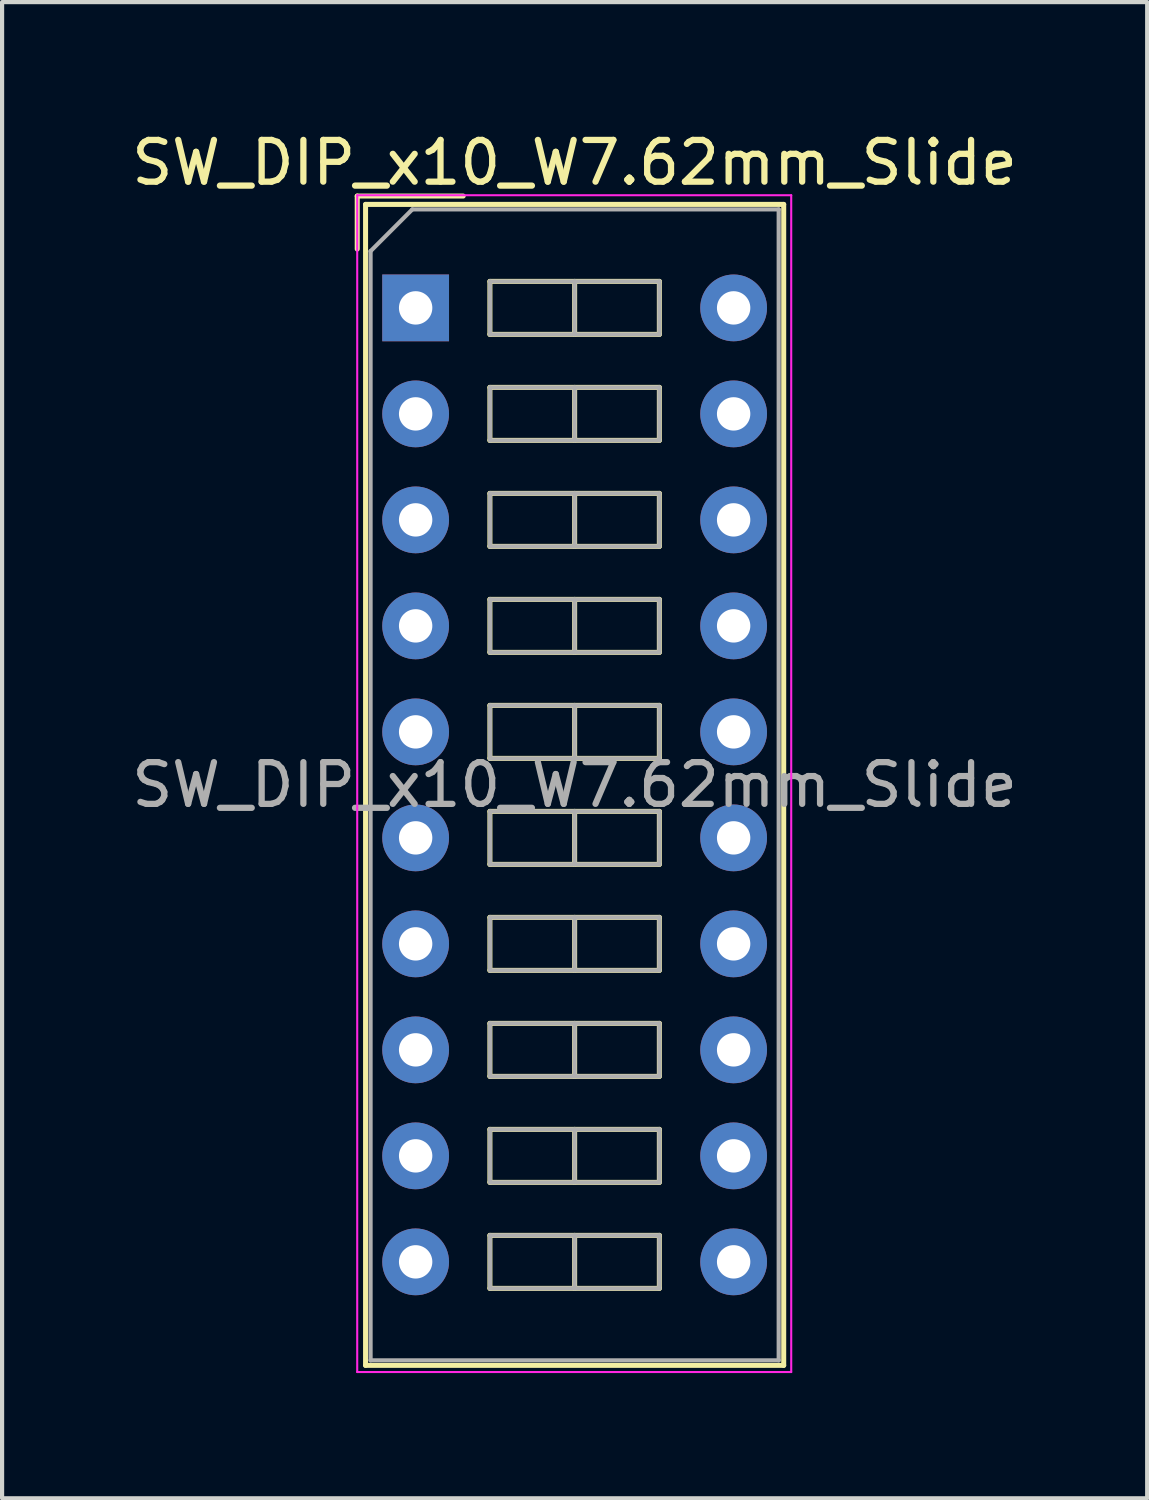
<source format=kicad_pcb>
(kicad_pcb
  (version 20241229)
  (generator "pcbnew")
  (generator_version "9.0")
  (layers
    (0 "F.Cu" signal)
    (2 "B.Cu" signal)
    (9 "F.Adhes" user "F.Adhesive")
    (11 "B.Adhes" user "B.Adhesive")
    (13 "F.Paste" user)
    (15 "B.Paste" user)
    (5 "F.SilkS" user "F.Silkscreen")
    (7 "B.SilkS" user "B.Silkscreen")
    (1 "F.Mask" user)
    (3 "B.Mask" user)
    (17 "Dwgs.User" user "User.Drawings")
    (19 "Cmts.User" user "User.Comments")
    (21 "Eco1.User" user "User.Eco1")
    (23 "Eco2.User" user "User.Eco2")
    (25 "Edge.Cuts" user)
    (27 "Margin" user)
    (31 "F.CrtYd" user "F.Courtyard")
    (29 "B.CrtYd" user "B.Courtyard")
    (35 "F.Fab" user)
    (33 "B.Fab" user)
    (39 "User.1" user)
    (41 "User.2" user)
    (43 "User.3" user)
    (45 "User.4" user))
  (footprint "SW_DIP_x10_W7.62mm_Slide"
    (layer "F.Cu")
    (at 6.91 4.328)
    (property "Reference" "SW_DIP_x10_W7.62mm_Slide" (at 3.81 -3.48 0) (layer "F.SilkS") (effects (font (size 1 1) (thickness 0.15))))
    (attr through_hole)
    (fp_line (start -1.4 -2.68) (end -1.4 -1.41) (stroke (width 0.12) (type solid)) (layer "F.SilkS"))
    (fp_line (start -1.4 -2.68) (end 1.14 -2.68) (stroke (width 0.12) (type solid)) (layer "F.SilkS"))
    (fp_line (start -1.2 -2.48) (end 8.82 -2.48) (stroke (width 0.12) (type solid)) (layer "F.SilkS"))
    (fp_line (start -1.2 25.34) (end -1.2 -2.48) (stroke (width 0.12) (type solid)) (layer "F.SilkS"))
    (fp_line (start 1.78 -0.635) (end 1.78 0.635) (stroke (width 0.12) (type solid)) (layer "F.SilkS"))
    (fp_line (start 1.78 0.635) (end 5.84 0.635) (stroke (width 0.12) (type solid)) (layer "F.SilkS"))
    (fp_line (start 1.78 1.905) (end 1.78 3.175) (stroke (width 0.12) (type solid)) (layer "F.SilkS"))
    (fp_line (start 1.78 3.175) (end 5.84 3.175) (stroke (width 0.12) (type solid)) (layer "F.SilkS"))
    (fp_line (start 1.78 4.445) (end 1.78 5.715) (stroke (width 0.12) (type solid)) (layer "F.SilkS"))
    (fp_line (start 1.78 5.715) (end 5.84 5.715) (stroke (width 0.12) (type solid)) (layer "F.SilkS"))
    (fp_line (start 1.78 6.985) (end 1.78 8.255) (stroke (width 0.12) (type solid)) (layer "F.SilkS"))
    (fp_line (start 1.78 8.255) (end 5.84 8.255) (stroke (width 0.12) (type solid)) (layer "F.SilkS"))
    (fp_line (start 1.78 9.525) (end 1.78 10.795) (stroke (width 0.12) (type solid)) (layer "F.SilkS"))
    (fp_line (start 1.78 10.795) (end 5.84 10.795) (stroke (width 0.12) (type solid)) (layer "F.SilkS"))
    (fp_line (start 1.78 12.065) (end 1.78 13.335) (stroke (width 0.12) (type solid)) (layer "F.SilkS"))
    (fp_line (start 1.78 13.335) (end 5.84 13.335) (stroke (width 0.12) (type solid)) (layer "F.SilkS"))
    (fp_line (start 1.78 14.605) (end 1.78 15.875) (stroke (width 0.12) (type solid)) (layer "F.SilkS"))
    (fp_line (start 1.78 15.875) (end 5.84 15.875) (stroke (width 0.12) (type solid)) (layer "F.SilkS"))
    (fp_line (start 1.78 17.145) (end 1.78 18.415) (stroke (width 0.12) (type solid)) (layer "F.SilkS"))
    (fp_line (start 1.78 18.415) (end 5.84 18.415) (stroke (width 0.12) (type solid)) (layer "F.SilkS"))
    (fp_line (start 1.78 19.685) (end 1.78 20.955) (stroke (width 0.12) (type solid)) (layer "F.SilkS"))
    (fp_line (start 1.78 20.955) (end 5.84 20.955) (stroke (width 0.12) (type solid)) (layer "F.SilkS"))
    (fp_line (start 1.78 22.225) (end 1.78 23.495) (stroke (width 0.12) (type solid)) (layer "F.SilkS"))
    (fp_line (start 1.78 23.495) (end 5.84 23.495) (stroke (width 0.12) (type solid)) (layer "F.SilkS"))
    (fp_line (start 3.81 -0.635) (end 3.81 0.635) (stroke (width 0.12) (type solid)) (layer "F.SilkS"))
    (fp_line (start 3.81 1.905) (end 3.81 3.175) (stroke (width 0.12) (type solid)) (layer "F.SilkS"))
    (fp_line (start 3.81 4.445) (end 3.81 5.715) (stroke (width 0.12) (type solid)) (layer "F.SilkS"))
    (fp_line (start 3.81 6.985) (end 3.81 8.255) (stroke (width 0.12) (type solid)) (layer "F.SilkS"))
    (fp_line (start 3.81 9.525) (end 3.81 10.795) (stroke (width 0.12) (type solid)) (layer "F.SilkS"))
    (fp_line (start 3.81 12.065) (end 3.81 13.335) (stroke (width 0.12) (type solid)) (layer "F.SilkS"))
    (fp_line (start 3.81 14.605) (end 3.81 15.875) (stroke (width 0.12) (type solid)) (layer "F.SilkS"))
    (fp_line (start 3.81 17.145) (end 3.81 18.415) (stroke (width 0.12) (type solid)) (layer "F.SilkS"))
    (fp_line (start 3.81 19.685) (end 3.81 20.955) (stroke (width 0.12) (type solid)) (layer "F.SilkS"))
    (fp_line (start 3.81 22.225) (end 3.81 23.495) (stroke (width 0.12) (type solid)) (layer "F.SilkS"))
    (fp_line (start 5.84 -0.635) (end 1.78 -0.635) (stroke (width 0.12) (type solid)) (layer "F.SilkS"))
    (fp_line (start 5.84 0.635) (end 5.84 -0.635) (stroke (width 0.12) (type solid)) (layer "F.SilkS"))
    (fp_line (start 5.84 1.905) (end 1.78 1.905) (stroke (width 0.12) (type solid)) (layer "F.SilkS"))
    (fp_line (start 5.84 3.175) (end 5.84 1.905) (stroke (width 0.12) (type solid)) (layer "F.SilkS"))
    (fp_line (start 5.84 4.445) (end 1.78 4.445) (stroke (width 0.12) (type solid)) (layer "F.SilkS"))
    (fp_line (start 5.84 5.715) (end 5.84 4.445) (stroke (width 0.12) (type solid)) (layer "F.SilkS"))
    (fp_line (start 5.84 6.985) (end 1.78 6.985) (stroke (width 0.12) (type solid)) (layer "F.SilkS"))
    (fp_line (start 5.84 8.255) (end 5.84 6.985) (stroke (width 0.12) (type solid)) (layer "F.SilkS"))
    (fp_line (start 5.84 9.525) (end 1.78 9.525) (stroke (width 0.12) (type solid)) (layer "F.SilkS"))
    (fp_line (start 5.84 10.795) (end 5.84 9.525) (stroke (width 0.12) (type solid)) (layer "F.SilkS"))
    (fp_line (start 5.84 12.065) (end 1.78 12.065) (stroke (width 0.12) (type solid)) (layer "F.SilkS"))
    (fp_line (start 5.84 13.335) (end 5.84 12.065) (stroke (width 0.12) (type solid)) (layer "F.SilkS"))
    (fp_line (start 5.84 14.605) (end 1.78 14.605) (stroke (width 0.12) (type solid)) (layer "F.SilkS"))
    (fp_line (start 5.84 15.875) (end 5.84 14.605) (stroke (width 0.12) (type solid)) (layer "F.SilkS"))
    (fp_line (start 5.84 17.145) (end 1.78 17.145) (stroke (width 0.12) (type solid)) (layer "F.SilkS"))
    (fp_line (start 5.84 18.415) (end 5.84 17.145) (stroke (width 0.12) (type solid)) (layer "F.SilkS"))
    (fp_line (start 5.84 19.685) (end 1.78 19.685) (stroke (width 0.12) (type solid)) (layer "F.SilkS"))
    (fp_line (start 5.84 20.955) (end 5.84 19.685) (stroke (width 0.12) (type solid)) (layer "F.SilkS"))
    (fp_line (start 5.84 22.225) (end 1.78 22.225) (stroke (width 0.12) (type solid)) (layer "F.SilkS"))
    (fp_line (start 5.84 23.495) (end 5.84 22.225) (stroke (width 0.12) (type solid)) (layer "F.SilkS"))
    (fp_line (start 8.82 -2.48) (end 8.82 25.34) (stroke (width 0.12) (type solid)) (layer "F.SilkS"))
    (fp_line (start 8.82 25.34) (end -1.2 25.34) (stroke (width 0.12) (type solid)) (layer "F.SilkS"))
    (fp_line (start -1.4 -2.7) (end -1.4 25.5) (stroke (width 0.05) (type solid)) (layer "F.CrtYd"))
    (fp_line (start -1.4 25.5) (end 9 25.5) (stroke (width 0.05) (type solid)) (layer "F.CrtYd"))
    (fp_line (start 9 -2.7) (end -1.4 -2.7) (stroke (width 0.05) (type solid)) (layer "F.CrtYd"))
    (fp_line (start 9 25.5) (end 9 -2.7) (stroke (width 0.05) (type solid)) (layer "F.CrtYd"))
    (fp_line (start -1.08 -1.36) (end -0.08 -2.36) (stroke (width 0.1) (type solid)) (layer "F.Fab"))
    (fp_line (start -1.08 25.22) (end -1.08 -1.36) (stroke (width 0.1) (type solid)) (layer "F.Fab"))
    (fp_line (start -0.08 -2.36) (end 8.7 -2.36) (stroke (width 0.1) (type solid)) (layer "F.Fab"))
    (fp_line (start 1.78 -0.635) (end 1.78 0.635) (stroke (width 0.1) (type solid)) (layer "F.Fab"))
    (fp_line (start 1.78 0.635) (end 5.84 0.635) (stroke (width 0.1) (type solid)) (layer "F.Fab"))
    (fp_line (start 1.78 1.905) (end 1.78 3.175) (stroke (width 0.1) (type solid)) (layer "F.Fab"))
    (fp_line (start 1.78 3.175) (end 5.84 3.175) (stroke (width 0.1) (type solid)) (layer "F.Fab"))
    (fp_line (start 1.78 4.445) (end 1.78 5.715) (stroke (width 0.1) (type solid)) (layer "F.Fab"))
    (fp_line (start 1.78 5.715) (end 5.84 5.715) (stroke (width 0.1) (type solid)) (layer "F.Fab"))
    (fp_line (start 1.78 6.985) (end 1.78 8.255) (stroke (width 0.1) (type solid)) (layer "F.Fab"))
    (fp_line (start 1.78 8.255) (end 5.84 8.255) (stroke (width 0.1) (type solid)) (layer "F.Fab"))
    (fp_line (start 1.78 9.525) (end 1.78 10.795) (stroke (width 0.1) (type solid)) (layer "F.Fab"))
    (fp_line (start 1.78 10.795) (end 5.84 10.795) (stroke (width 0.1) (type solid)) (layer "F.Fab"))
    (fp_line (start 1.78 12.065) (end 1.78 13.335) (stroke (width 0.1) (type solid)) (layer "F.Fab"))
    (fp_line (start 1.78 13.335) (end 5.84 13.335) (stroke (width 0.1) (type solid)) (layer "F.Fab"))
    (fp_line (start 1.78 14.605) (end 1.78 15.875) (stroke (width 0.1) (type solid)) (layer "F.Fab"))
    (fp_line (start 1.78 15.875) (end 5.84 15.875) (stroke (width 0.1) (type solid)) (layer "F.Fab"))
    (fp_line (start 1.78 17.145) (end 1.78 18.415) (stroke (width 0.1) (type solid)) (layer "F.Fab"))
    (fp_line (start 1.78 18.415) (end 5.84 18.415) (stroke (width 0.1) (type solid)) (layer "F.Fab"))
    (fp_line (start 1.78 19.685) (end 1.78 20.955) (stroke (width 0.1) (type solid)) (layer "F.Fab"))
    (fp_line (start 1.78 20.955) (end 5.84 20.955) (stroke (width 0.1) (type solid)) (layer "F.Fab"))
    (fp_line (start 1.78 22.225) (end 1.78 23.495) (stroke (width 0.1) (type solid)) (layer "F.Fab"))
    (fp_line (start 1.78 23.495) (end 5.84 23.495) (stroke (width 0.1) (type solid)) (layer "F.Fab"))
    (fp_line (start 3.81 -0.635) (end 3.81 0.635) (stroke (width 0.1) (type solid)) (layer "F.Fab"))
    (fp_line (start 3.81 1.905) (end 3.81 3.175) (stroke (width 0.1) (type solid)) (layer "F.Fab"))
    (fp_line (start 3.81 4.445) (end 3.81 5.715) (stroke (width 0.1) (type solid)) (layer "F.Fab"))
    (fp_line (start 3.81 6.985) (end 3.81 8.255) (stroke (width 0.1) (type solid)) (layer "F.Fab"))
    (fp_line (start 3.81 9.525) (end 3.81 10.795) (stroke (width 0.1) (type solid)) (layer "F.Fab"))
    (fp_line (start 3.81 12.065) (end 3.81 13.335) (stroke (width 0.1) (type solid)) (layer "F.Fab"))
    (fp_line (start 3.81 14.605) (end 3.81 15.875) (stroke (width 0.1) (type solid)) (layer "F.Fab"))
    (fp_line (start 3.81 17.145) (end 3.81 18.415) (stroke (width 0.1) (type solid)) (layer "F.Fab"))
    (fp_line (start 3.81 19.685) (end 3.81 20.955) (stroke (width 0.1) (type solid)) (layer "F.Fab"))
    (fp_line (start 3.81 22.225) (end 3.81 23.495) (stroke (width 0.1) (type solid)) (layer "F.Fab"))
    (fp_line (start 5.84 -0.635) (end 1.78 -0.635) (stroke (width 0.1) (type solid)) (layer "F.Fab"))
    (fp_line (start 5.84 0.635) (end 5.84 -0.635) (stroke (width 0.1) (type solid)) (layer "F.Fab"))
    (fp_line (start 5.84 1.905) (end 1.78 1.905) (stroke (width 0.1) (type solid)) (layer "F.Fab"))
    (fp_line (start 5.84 3.175) (end 5.84 1.905) (stroke (width 0.1) (type solid)) (layer "F.Fab"))
    (fp_line (start 5.84 4.445) (end 1.78 4.445) (stroke (width 0.1) (type solid)) (layer "F.Fab"))
    (fp_line (start 5.84 5.715) (end 5.84 4.445) (stroke (width 0.1) (type solid)) (layer "F.Fab"))
    (fp_line (start 5.84 6.985) (end 1.78 6.985) (stroke (width 0.1) (type solid)) (layer "F.Fab"))
    (fp_line (start 5.84 8.255) (end 5.84 6.985) (stroke (width 0.1) (type solid)) (layer "F.Fab"))
    (fp_line (start 5.84 9.525) (end 1.78 9.525) (stroke (width 0.1) (type solid)) (layer "F.Fab"))
    (fp_line (start 5.84 10.795) (end 5.84 9.525) (stroke (width 0.1) (type solid)) (layer "F.Fab"))
    (fp_line (start 5.84 12.065) (end 1.78 12.065) (stroke (width 0.1) (type solid)) (layer "F.Fab"))
    (fp_line (start 5.84 13.335) (end 5.84 12.065) (stroke (width 0.1) (type solid)) (layer "F.Fab"))
    (fp_line (start 5.84 14.605) (end 1.78 14.605) (stroke (width 0.1) (type solid)) (layer "F.Fab"))
    (fp_line (start 5.84 15.875) (end 5.84 14.605) (stroke (width 0.1) (type solid)) (layer "F.Fab"))
    (fp_line (start 5.84 17.145) (end 1.78 17.145) (stroke (width 0.1) (type solid)) (layer "F.Fab"))
    (fp_line (start 5.84 18.415) (end 5.84 17.145) (stroke (width 0.1) (type solid)) (layer "F.Fab"))
    (fp_line (start 5.84 19.685) (end 1.78 19.685) (stroke (width 0.1) (type solid)) (layer "F.Fab"))
    (fp_line (start 5.84 20.955) (end 5.84 19.685) (stroke (width 0.1) (type solid)) (layer "F.Fab"))
    (fp_line (start 5.84 22.225) (end 1.78 22.225) (stroke (width 0.1) (type solid)) (layer "F.Fab"))
    (fp_line (start 5.84 23.495) (end 5.84 22.225) (stroke (width 0.1) (type solid)) (layer "F.Fab"))
    (fp_line (start 8.7 -2.36) (end 8.7 25.22) (stroke (width 0.1) (type solid)) (layer "F.Fab"))
    (fp_line (start 8.7 25.22) (end -1.08 25.22) (stroke (width 0.1) (type solid)) (layer "F.Fab"))
    (fp_text user "${REFERENCE}" (at 3.81 11.43 0) (layer "F.Fab") (effects (font (size 1 1) (thickness 0.15))))
    (pad "1" thru_hole rect (at 0 0) (size 1.6 1.6) (drill 0.8) (layers "*.Cu" "*.Mask"))
    (pad "2" thru_hole oval (at 0 2.54) (size 1.6 1.6) (drill 0.8) (layers "*.Cu" "*.Mask"))
    (pad "3" thru_hole oval (at 0 5.08) (size 1.6 1.6) (drill 0.8) (layers "*.Cu" "*.Mask"))
    (pad "4" thru_hole oval (at 0 7.62) (size 1.6 1.6) (drill 0.8) (layers "*.Cu" "*.Mask"))
    (pad "5" thru_hole oval (at 0 10.16) (size 1.6 1.6) (drill 0.8) (layers "*.Cu" "*.Mask"))
    (pad "6" thru_hole oval (at 0 12.7) (size 1.6 1.6) (drill 0.8) (layers "*.Cu" "*.Mask"))
    (pad "7" thru_hole oval (at 0 15.24) (size 1.6 1.6) (drill 0.8) (layers "*.Cu" "*.Mask"))
    (pad "8" thru_hole oval (at 0 17.78) (size 1.6 1.6) (drill 0.8) (layers "*.Cu" "*.Mask"))
    (pad "9" thru_hole oval (at 0 20.32) (size 1.6 1.6) (drill 0.8) (layers "*.Cu" "*.Mask"))
    (pad "10" thru_hole oval (at 0 22.86) (size 1.6 1.6) (drill 0.8) (layers "*.Cu" "*.Mask"))
    (pad "11" thru_hole oval (at 7.62 22.86) (size 1.6 1.6) (drill 0.8) (layers "*.Cu" "*.Mask"))
    (pad "12" thru_hole oval (at 7.62 20.32) (size 1.6 1.6) (drill 0.8) (layers "*.Cu" "*.Mask"))
    (pad "13" thru_hole oval (at 7.62 17.78) (size 1.6 1.6) (drill 0.8) (layers "*.Cu" "*.Mask"))
    (pad "14" thru_hole oval (at 7.62 15.24) (size 1.6 1.6) (drill 0.8) (layers "*.Cu" "*.Mask"))
    (pad "15" thru_hole oval (at 7.62 12.7) (size 1.6 1.6) (drill 0.8) (layers "*.Cu" "*.Mask"))
    (pad "16" thru_hole oval (at 7.62 10.16) (size 1.6 1.6) (drill 0.8) (layers "*.Cu" "*.Mask"))
    (pad "17" thru_hole oval (at 7.62 7.62) (size 1.6 1.6) (drill 0.8) (layers "*.Cu" "*.Mask"))
    (pad "18" thru_hole oval (at 7.62 5.08) (size 1.6 1.6) (drill 0.8) (layers "*.Cu" "*.Mask"))
    (pad "19" thru_hole oval (at 7.62 2.54) (size 1.6 1.6) (drill 0.8) (layers "*.Cu" "*.Mask"))
    (pad "20" thru_hole oval (at 7.62 0) (size 1.6 1.6) (drill 0.8) (layers "*.Cu" "*.Mask")))
  (gr_rect
    (start -3 -3)
    (end 24.44 32.853)
    (stroke (width 0.1) (type default))
    (fill no)
    (layer "Edge.Cuts")))
</source>
